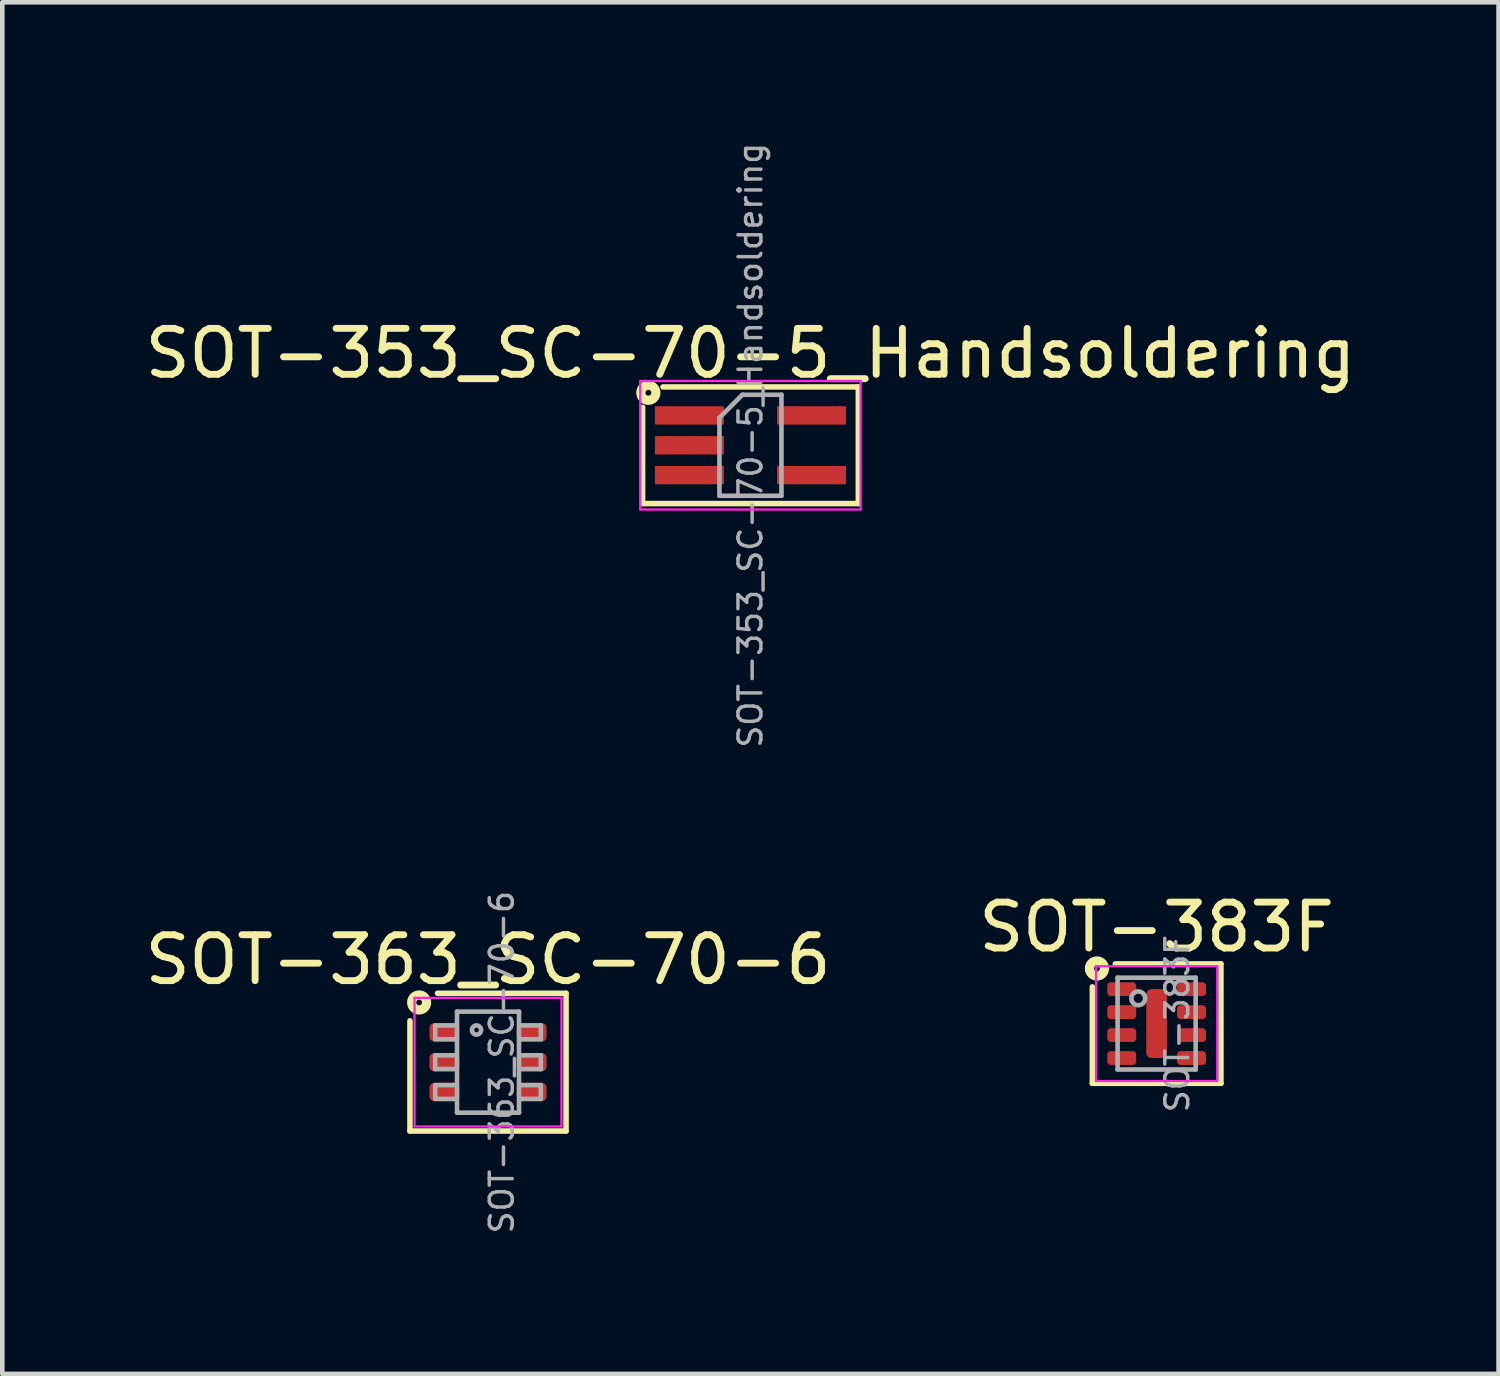
<source format=kicad_pcb>
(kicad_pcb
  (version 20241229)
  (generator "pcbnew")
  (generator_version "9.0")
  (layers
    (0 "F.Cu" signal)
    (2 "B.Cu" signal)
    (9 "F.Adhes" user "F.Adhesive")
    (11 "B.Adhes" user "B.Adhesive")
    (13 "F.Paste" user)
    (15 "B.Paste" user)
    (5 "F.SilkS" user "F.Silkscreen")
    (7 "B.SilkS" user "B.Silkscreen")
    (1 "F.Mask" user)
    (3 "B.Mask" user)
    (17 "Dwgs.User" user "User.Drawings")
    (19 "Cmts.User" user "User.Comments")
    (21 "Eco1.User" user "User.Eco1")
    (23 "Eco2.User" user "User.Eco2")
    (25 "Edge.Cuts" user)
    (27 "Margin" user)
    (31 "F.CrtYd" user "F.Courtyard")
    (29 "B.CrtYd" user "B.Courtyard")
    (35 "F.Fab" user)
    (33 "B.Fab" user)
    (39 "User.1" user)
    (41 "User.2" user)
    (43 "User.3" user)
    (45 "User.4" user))
  (footprint "SOT-353_SC-70-5_Handsoldering"
    (layer "F.Cu")
    (at 13.292 6.646)
    (property "Reference" "SOT-353_SC-70-5_Handsoldering" (at 0 -2 0) (layer "F.SilkS") (effects (font (size 1 1) (thickness 0.15))))
    (attr smd)
    (fp_line (start -2.349 -0.826) (end -2.349 1.27) (stroke (width 0.12) (type solid)) (layer "F.SilkS"))
    (fp_line (start -2.349 1.27) (end 2.349 1.27) (stroke (width 0.12) (type solid)) (layer "F.SilkS"))
    (fp_line (start 2.349 -1.27) (end -1.905 -1.27) (stroke (width 0.12) (type solid)) (layer "F.SilkS"))
    (fp_line (start 2.349 1.27) (end 2.349 -1.27) (stroke (width 0.12) (type solid)) (layer "F.SilkS"))
    (fp_circle (center -2.223 -1.143) (end -2.159 -1.143) (stroke (width 0.2) (type solid)) (fill no) (layer "F.SilkS"))
    (fp_line (start -2.4 -1.4) (end -2.4 1.4) (stroke (width 0.05) (type solid)) (layer "F.CrtYd"))
    (fp_line (start -2.4 -1.4) (end 2.4 -1.4) (stroke (width 0.05) (type solid)) (layer "F.CrtYd"))
    (fp_line (start -2.4 1.4) (end 2.4 1.4) (stroke (width 0.05) (type solid)) (layer "F.CrtYd"))
    (fp_line (start 2.4 1.4) (end 2.4 -1.4) (stroke (width 0.05) (type solid)) (layer "F.CrtYd"))
    (fp_line (start -0.675 -0.6) (end -0.675 1.1) (stroke (width 0.1) (type solid)) (layer "F.Fab"))
    (fp_line (start -0.175 -1.1) (end -0.675 -0.6) (stroke (width 0.1) (type solid)) (layer "F.Fab"))
    (fp_line (start 0.675 -1.1) (end -0.175 -1.1) (stroke (width 0.1) (type solid)) (layer "F.Fab"))
    (fp_line (start 0.675 -1.1) (end 0.675 1.1) (stroke (width 0.1) (type solid)) (layer "F.Fab"))
    (fp_line (start 0.675 1.1) (end -0.675 1.1) (stroke (width 0.1) (type solid)) (layer "F.Fab"))
    (fp_text user "${REFERENCE}" (at 0 0 90) (layer "F.Fab") (effects (font (size 0.5 0.5) (thickness 0.075))))
    (pad "1" smd rect (at -1.33 -0.65) (size 1.5 0.4) (layers "F.Cu" "F.Mask" "F.Paste"))
    (pad "2" smd rect (at -1.33 0) (size 1.5 0.4) (layers "F.Cu" "F.Mask" "F.Paste"))
    (pad "3" smd rect (at -1.33 0.65) (size 1.5 0.4) (layers "F.Cu" "F.Mask" "F.Paste"))
    (pad "4" smd rect (at 1.33 0.65) (size 1.5 0.4) (layers "F.Cu" "F.Mask" "F.Paste"))
    (pad "5" smd rect (at 1.33 -0.65) (size 1.5 0.4) (layers "F.Cu" "F.Mask" "F.Paste")))
  (footprint "SOT-363_SC-70-6"
    (layer "F.Cu")
    (at 7.577 20.08)
    (property "Reference" "SOT-363_SC-70-6" (at 0 -2.23 0) (layer "F.SilkS") (effects (font (size 1 1) (thickness 0.15))))
    (attr smd)
    (fp_line (start -1.7 -0.9) (end -1.7 1.5) (stroke (width 0.12) (type solid)) (layer "F.SilkS"))
    (fp_line (start -1.7 1.5) (end 1.7 1.5) (stroke (width 0.12) (type solid)) (layer "F.SilkS"))
    (fp_line (start 1.7 -1.5) (end -1.1 -1.5) (stroke (width 0.12) (type solid)) (layer "F.SilkS"))
    (fp_line (start 1.7 1.5) (end 1.7 -1.5) (stroke (width 0.12) (type solid)) (layer "F.SilkS"))
    (fp_circle (center -1.5 -1.3) (end -1.437 -1.3) (stroke (width 0.2) (type solid)) (fill no) (layer "F.SilkS"))
    (fp_line (start -1.6 -1.4) (end -1.6 1.4) (stroke (width 0.05) (type solid)) (layer "F.CrtYd"))
    (fp_line (start -1.6 -1.4) (end 1.6 -1.4) (stroke (width 0.05) (type solid)) (layer "F.CrtYd"))
    (fp_line (start -1.6 1.4) (end 1.6 1.4) (stroke (width 0.05) (type solid)) (layer "F.CrtYd"))
    (fp_line (start 1.6 1.4) (end 1.6 -1.4) (stroke (width 0.05) (type solid)) (layer "F.CrtYd"))
    (fp_line (start -1.15 -0.8) (end -1.15 -0.5) (stroke (width 0.1) (type solid)) (layer "F.Fab"))
    (fp_line (start -1.15 -0.8) (end -0.7 -0.8) (stroke (width 0.1) (type solid)) (layer "F.Fab"))
    (fp_line (start -1.15 -0.5) (end -0.7 -0.5) (stroke (width 0.1) (type solid)) (layer "F.Fab"))
    (fp_line (start -1.15 -0.15) (end -1.15 0.15) (stroke (width 0.1) (type solid)) (layer "F.Fab"))
    (fp_line (start -1.15 -0.15) (end -0.7 -0.15) (stroke (width 0.1) (type solid)) (layer "F.Fab"))
    (fp_line (start -1.15 0.15) (end -0.7 0.15) (stroke (width 0.1) (type solid)) (layer "F.Fab"))
    (fp_line (start -1.15 0.5) (end -1.15 0.8) (stroke (width 0.1) (type solid)) (layer "F.Fab"))
    (fp_line (start -1.15 0.5) (end -0.7 0.5) (stroke (width 0.1) (type solid)) (layer "F.Fab"))
    (fp_line (start -1.15 0.8) (end -0.7 0.8) (stroke (width 0.1) (type solid)) (layer "F.Fab"))
    (fp_line (start -0.675 -1.1) (end -0.675 1.1) (stroke (width 0.1) (type solid)) (layer "F.Fab"))
    (fp_line (start 0.675 -1.1) (end -0.675 -1.1) (stroke (width 0.1) (type solid)) (layer "F.Fab"))
    (fp_line (start 0.675 -1.1) (end 0.675 1.1) (stroke (width 0.1) (type solid)) (layer "F.Fab"))
    (fp_line (start 0.675 1.1) (end -0.675 1.1) (stroke (width 0.1) (type solid)) (layer "F.Fab"))
    (fp_line (start 1.15 -0.8) (end 0.7 -0.8) (stroke (width 0.1) (type solid)) (layer "F.Fab"))
    (fp_line (start 1.15 -0.5) (end 0.7 -0.5) (stroke (width 0.1) (type solid)) (layer "F.Fab"))
    (fp_line (start 1.15 -0.5) (end 1.15 -0.8) (stroke (width 0.1) (type solid)) (layer "F.Fab"))
    (fp_line (start 1.15 -0.15) (end 0.7 -0.15) (stroke (width 0.1) (type solid)) (layer "F.Fab"))
    (fp_line (start 1.15 0.15) (end 0.7 0.15) (stroke (width 0.1) (type solid)) (layer "F.Fab"))
    (fp_line (start 1.15 0.15) (end 1.15 -0.15) (stroke (width 0.1) (type solid)) (layer "F.Fab"))
    (fp_line (start 1.15 0.5) (end 0.7 0.5) (stroke (width 0.1) (type solid)) (layer "F.Fab"))
    (fp_line (start 1.15 0.8) (end 0.7 0.8) (stroke (width 0.1) (type solid)) (layer "F.Fab"))
    (fp_line (start 1.15 0.8) (end 1.15 0.5) (stroke (width 0.1) (type solid)) (layer "F.Fab"))
    (fp_circle (center -0.25 -0.7) (end -0.15 -0.7) (stroke (width 0.1) (type solid)) (fill no) (layer "F.Fab"))
    (fp_text user "${REFERENCE}" (at 0.3 0 90) (layer "F.Fab") (effects (font (size 0.5 0.5) (thickness 0.075))))
    (pad "1" smd roundrect (at -0.95 -0.65) (size 0.65 0.4) (layers "F.Cu" "F.Mask" "F.Paste") (roundrect_rratio 0.25))
    (pad "2" smd roundrect (at -0.95 0) (size 0.65 0.4) (layers "F.Cu" "F.Mask" "F.Paste") (roundrect_rratio 0.25))
    (pad "3" smd roundrect (at -0.95 0.65) (size 0.65 0.4) (layers "F.Cu" "F.Mask" "F.Paste") (roundrect_rratio 0.25))
    (pad "4" smd roundrect (at 0.95 0.65) (size 0.65 0.4) (layers "F.Cu" "F.Mask" "F.Paste") (roundrect_rratio 0.25))
    (pad "5" smd roundrect (at 0.95 0) (size 0.65 0.4) (layers "F.Cu" "F.Mask" "F.Paste") (roundrect_rratio 0.25))
    (pad "6" smd roundrect (at 0.95 -0.65) (size 0.65 0.4) (layers "F.Cu" "F.Mask" "F.Paste") (roundrect_rratio 0.25)))
  (footprint "SOT-383F"
    (layer "F.Cu")
    (at 22.137 19.24)
    (property "Reference" "SOT-383F" (at 0 -2.1 0) (layer "F.SilkS") (effects (font (size 1 1) (thickness 0.15))))
    (attr smd)
    (fp_line (start -1.4 -0.8) (end -1.4 1.3) (stroke (width 0.12) (type solid)) (layer "F.SilkS"))
    (fp_line (start -1.4 1.3) (end 1.4 1.3) (stroke (width 0.12) (type solid)) (layer "F.SilkS"))
    (fp_line (start 1.4 -1.3) (end -0.9 -1.3) (stroke (width 0.12) (type solid)) (layer "F.SilkS"))
    (fp_line (start 1.4 1.3) (end 1.4 -1.3) (stroke (width 0.12) (type solid)) (layer "F.SilkS"))
    (fp_circle (center -1.3 -1.2) (end -1.236 -1.2) (stroke (width 0.2) (type solid)) (fill no) (layer "F.SilkS"))
    (fp_line (start -1.32 -1.25) (end -1.32 1.25) (stroke (width 0.05) (type solid)) (layer "F.CrtYd"))
    (fp_line (start -1.32 -1.25) (end 1.32 -1.25) (stroke (width 0.05) (type solid)) (layer "F.CrtYd"))
    (fp_line (start 1.32 1.25) (end -1.32 1.25) (stroke (width 0.05) (type solid)) (layer "F.CrtYd"))
    (fp_line (start 1.32 1.25) (end 1.32 -1.25) (stroke (width 0.05) (type solid)) (layer "F.CrtYd"))
    (fp_line (start -0.85 -1) (end -0.85 1) (stroke (width 0.1) (type solid)) (layer "F.Fab"))
    (fp_line (start -0.85 -1) (end 0.85 -1) (stroke (width 0.1) (type solid)) (layer "F.Fab"))
    (fp_line (start -0.85 1) (end 0.85 1) (stroke (width 0.1) (type solid)) (layer "F.Fab"))
    (fp_line (start 0.85 1) (end 0.85 -1) (stroke (width 0.1) (type solid)) (layer "F.Fab"))
    (fp_circle (center -0.4 -0.55) (end -0.25 -0.55) (stroke (width 0.1) (type solid)) (fill no) (layer "F.Fab"))
    (fp_text user "${REFERENCE}" (at 0.45 0 90) (layer "F.Fab") (effects (font (size 0.5 0.5) (thickness 0.075))))
    (pad "" smd roundrect (at 0 -0.4) (size 0.3 0.6) (layers "F.Paste") (roundrect_rratio 0.25))
    (pad "" smd roundrect (at 0 0.4) (size 0.3 0.6) (layers "F.Paste") (roundrect_rratio 0.25))
    (pad "1" smd roundrect (at -0.76 -0.75) (size 0.63 0.3) (layers "F.Cu" "F.Mask" "F.Paste") (roundrect_rratio 0.25))
    (pad "2" smd roundrect (at -0.76 -0.25) (size 0.63 0.3) (layers "F.Cu" "F.Mask" "F.Paste") (roundrect_rratio 0.25))
    (pad "3" smd roundrect (at -0.76 0.25) (size 0.63 0.3) (layers "F.Cu" "F.Mask" "F.Paste") (roundrect_rratio 0.25))
    (pad "4" smd roundrect (at -0.76 0.75) (size 0.63 0.3) (layers "F.Cu" "F.Mask" "F.Paste") (roundrect_rratio 0.25))
    (pad "5" smd roundrect (at 0.76 0.75) (size 0.63 0.3) (layers "F.Cu" "F.Mask" "F.Paste") (roundrect_rratio 0.25))
    (pad "6" smd roundrect (at 0.76 0.25) (size 0.63 0.3) (layers "F.Cu" "F.Mask" "F.Paste") (roundrect_rratio 0.25))
    (pad "7" smd roundrect (at 0.76 -0.25) (size 0.63 0.3) (layers "F.Cu" "F.Mask" "F.Paste") (roundrect_rratio 0.25))
    (pad "8" smd roundrect (at 0.76 -0.75) (size 0.63 0.3) (layers "F.Cu" "F.Mask" "F.Paste") (roundrect_rratio 0.25))
    (pad "9" smd roundrect (at 0 0) (size 0.45 1.5) (layers "F.Cu" "F.Mask") (roundrect_rratio 0.25)))
  (gr_rect
    (start -3 -3)
    (end 29.583 26.869)
    (stroke (width 0.1) (type default))
    (fill no)
    (layer "Edge.Cuts")))
</source>
